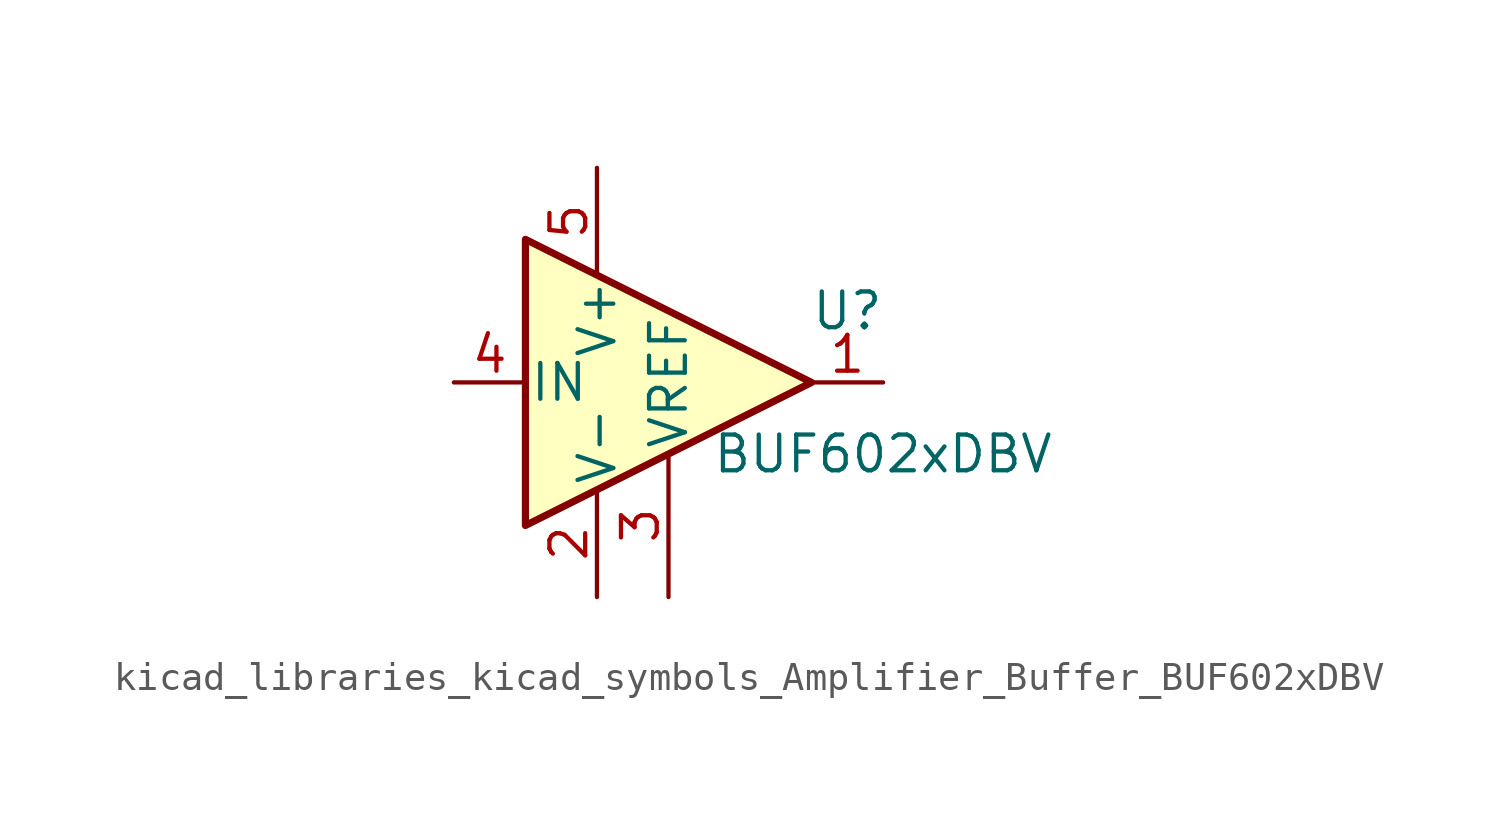
<source format=kicad_sym>
(kicad_symbol_lib
  (version 20220914)
  (generator kicad_symbol_editor)
  (symbol "kicad_libraries_kicad_symbols_Amplifier_Buffer_BUF602xDBV"
    (pin_names
      (offset 0.127))
    (property "Reference" "U"
      (at 6.35 2.54 0)
      (effects (font (size 1.27 1.27))))
    (property "Value" "BUF602xDBV"
      (at 7.62 -2.54 0)
      (effects (font (size 1.27 1.27))))
    (symbol "kicad_libraries_kicad_symbols_Amplifier_Buffer_BUF602xDBV_0_1"
      (polyline (pts (xy 5.08 0) (xy -5.08 5.08) (xy -5.08 -5.08) (xy 5.08 0)) (stroke (width 0.254) (type default)) (fill (type background))))
    (symbol "kicad_libraries_kicad_symbols_Amplifier_Buffer_BUF602xDBV_1_1"
      (pin output line (at 7.62 0 180) (length 2.54) (name "~" (effects (font (size 1.27 1.27)))) (number "1" (effects (font (size 1.27 1.27)))))
      (pin power_in line (at -2.54 -7.62 90) (length 3.81) (name "V-" (effects (font (size 1.27 1.27)))) (number "2" (effects (font (size 1.27 1.27)))))
      (pin output line (at 0 -7.62 90) (length 5.08) (name "VREF" (effects (font (size 1.27 1.27)))) (number "3" (effects (font (size 1.27 1.27)))))
      (pin input line (at -7.62 0 0) (length 2.54) (name "IN" (effects (font (size 1.27 1.27)))) (number "4" (effects (font (size 1.27 1.27)))))
      (pin power_in line (at -2.54 7.62 270) (length 3.81) (name "V+" (effects (font (size 1.27 1.27)))) (number "5" (effects (font (size 1.27 1.27))))))))
</source>
